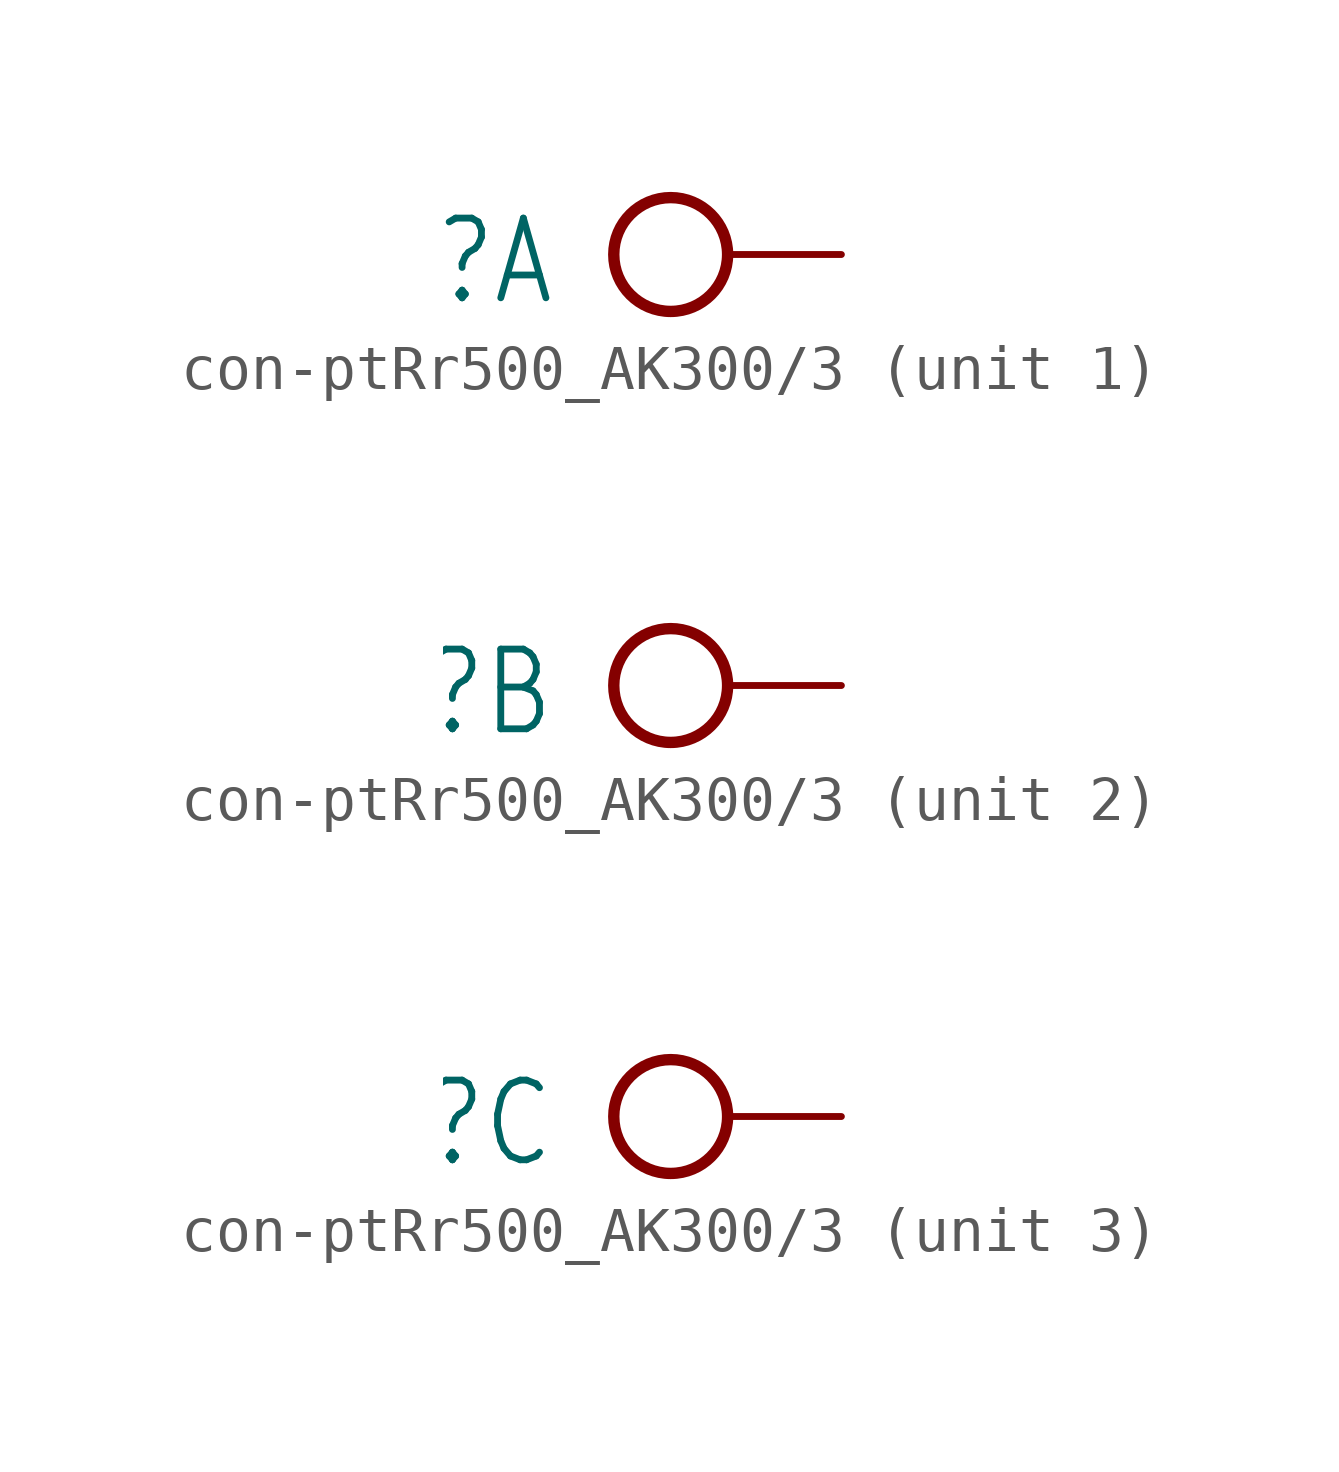
<source format=kicad_sym>
(kicad_symbol_lib
  (version 20220914)
  (generator kicad_symbol_editor)
  (symbol "con-ptRr500_AK300/3"
    (property "Reference" "X"
      (at -1.27 0.889 0)
      (effects (font (size 1.778 1.511)) (justify right top)))
    (property "ki_locked" ""
      (at 0 0 0)
      (effects (font (size 1.27 1.27))))
    (symbol "con-ptRr500_AK300/3_1_0"
      (circle (center 1.27 0) (radius 1.27) (stroke (width 0.254) (type solid)) (fill (type none)))
      (pin passive line (at 5.08 0 180) (length 2.54) (name "KL" (effects (font (size 0 0)))) (number "1" (effects (font (size 0 0))))))
    (symbol "con-ptRr500_AK300/3_2_0"
      (circle (center 1.27 0) (radius 1.27) (stroke (width 0.254) (type solid)) (fill (type none)))
      (pin passive line (at 5.08 0 180) (length 2.54) (name "KL" (effects (font (size 0 0)))) (number "2" (effects (font (size 0 0))))))
    (symbol "con-ptRr500_AK300/3_3_0"
      (circle (center 1.27 0) (radius 1.27) (stroke (width 0.254) (type solid)) (fill (type none)))
      (pin passive line (at 5.08 0 180) (length 2.54) (name "KL" (effects (font (size 0 0)))) (number "3" (effects (font (size 0 0))))))))
</source>
